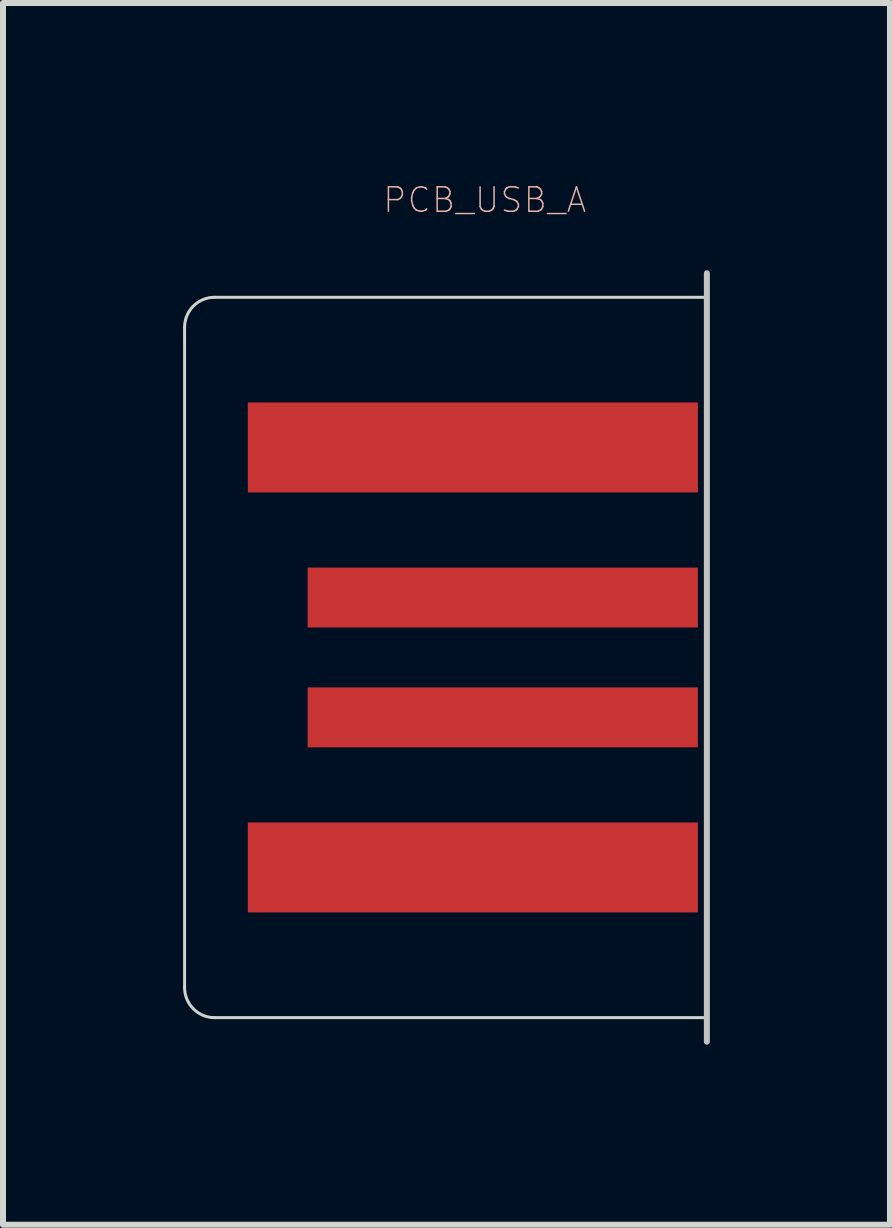
<source format=kicad_pcb>
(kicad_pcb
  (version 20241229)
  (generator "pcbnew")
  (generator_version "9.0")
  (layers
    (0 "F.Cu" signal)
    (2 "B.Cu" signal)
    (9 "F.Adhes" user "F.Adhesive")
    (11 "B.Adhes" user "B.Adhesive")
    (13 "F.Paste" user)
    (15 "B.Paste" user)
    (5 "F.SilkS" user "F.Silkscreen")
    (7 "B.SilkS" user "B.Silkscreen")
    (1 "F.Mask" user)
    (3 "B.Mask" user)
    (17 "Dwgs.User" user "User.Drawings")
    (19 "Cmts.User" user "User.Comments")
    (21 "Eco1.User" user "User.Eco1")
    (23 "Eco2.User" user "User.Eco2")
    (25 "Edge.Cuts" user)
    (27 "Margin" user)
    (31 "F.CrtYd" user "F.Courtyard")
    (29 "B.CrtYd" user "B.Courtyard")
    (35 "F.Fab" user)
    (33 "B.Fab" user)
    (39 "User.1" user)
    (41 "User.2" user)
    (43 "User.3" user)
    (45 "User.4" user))
  (footprint "PCB_USB_A"
    (layer "F.Cu")
    (at 5.025 7.902)
    (property "Reference" "PCB_USB_A" (at 0 -7.62 0) (layer "B.SilkS") (effects (font (size 0.406 0.406) (thickness 0.025))))
    (attr smd)
    (fp_line (start 3.7 -6.4) (end 3.7 6.4) (stroke (width 0.1) (type default)) (layer "Dwgs.User"))
    (fp_line (start -5 -5.5) (end -5 5.5) (stroke (width 0.05) (type default)) (layer "Edge.Cuts"))
    (fp_line (start -4.5 6) (end 3.7 6) (stroke (width 0.05) (type default)) (layer "Edge.Cuts"))
    (fp_line (start 3.7 -6) (end -4.5 -6) (stroke (width 0.05) (type default)) (layer "Edge.Cuts"))
    (fp_arc (start -5 -5.5) (mid -4.853553 -5.853553) (end -4.5 -6) (stroke (width 0.05) (type default)) (layer "Edge.Cuts"))
    (fp_arc (start -4.5 6) (mid -4.853553 5.853553) (end -5 5.5) (stroke (width 0.05) (type default)) (layer "Edge.Cuts"))
    (pad "1" smd rect (at -0.198 3.498) (size 7.498 1.499) (layers "F.Cu" "F.Mask" "F.Paste"))
    (pad "2" smd rect (at 0.3 0.998) (size 6.5 0.998) (layers "F.Cu" "F.Mask" "F.Paste"))
    (pad "3" smd rect (at 0.3 -0.998) (size 6.5 0.998) (layers "F.Cu" "F.Mask" "F.Paste"))
    (pad "4" smd rect (at -0.198 -3.498) (size 7.498 1.499) (layers "F.Cu" "F.Mask" "F.Paste")))
  (gr_rect
    (start -3 -3)
    (end 11.775 17.352)
    (stroke (width 0.1) (type default))
    (fill no)
    (layer "Edge.Cuts")))
</source>
